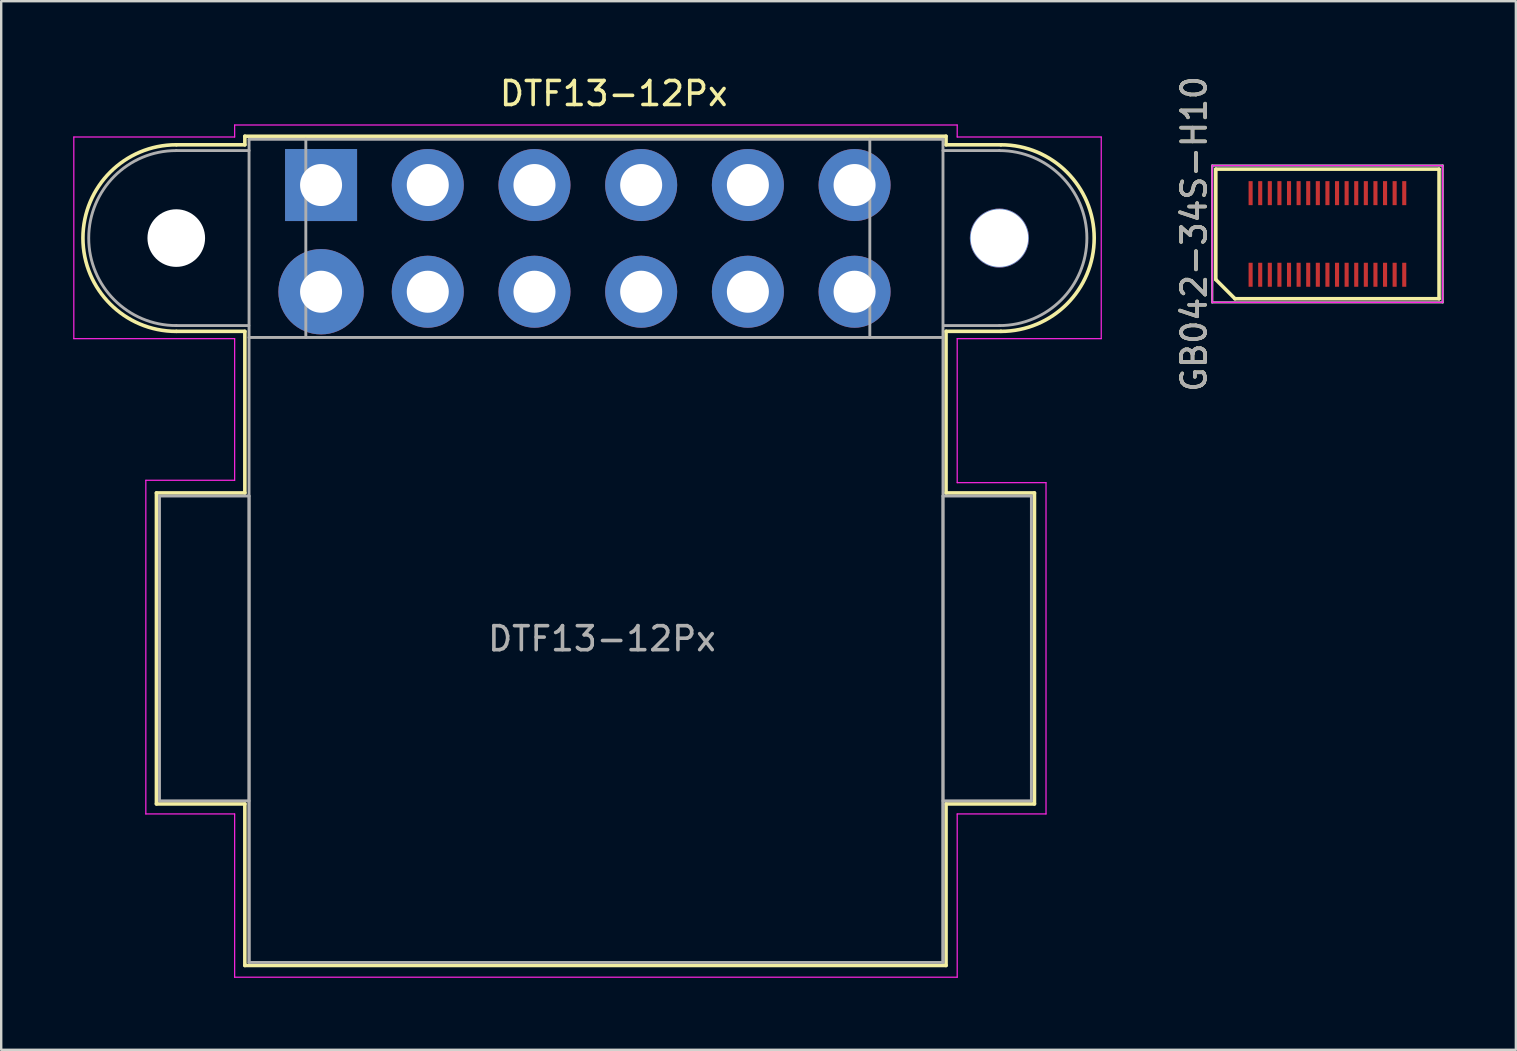
<source format=kicad_pcb>
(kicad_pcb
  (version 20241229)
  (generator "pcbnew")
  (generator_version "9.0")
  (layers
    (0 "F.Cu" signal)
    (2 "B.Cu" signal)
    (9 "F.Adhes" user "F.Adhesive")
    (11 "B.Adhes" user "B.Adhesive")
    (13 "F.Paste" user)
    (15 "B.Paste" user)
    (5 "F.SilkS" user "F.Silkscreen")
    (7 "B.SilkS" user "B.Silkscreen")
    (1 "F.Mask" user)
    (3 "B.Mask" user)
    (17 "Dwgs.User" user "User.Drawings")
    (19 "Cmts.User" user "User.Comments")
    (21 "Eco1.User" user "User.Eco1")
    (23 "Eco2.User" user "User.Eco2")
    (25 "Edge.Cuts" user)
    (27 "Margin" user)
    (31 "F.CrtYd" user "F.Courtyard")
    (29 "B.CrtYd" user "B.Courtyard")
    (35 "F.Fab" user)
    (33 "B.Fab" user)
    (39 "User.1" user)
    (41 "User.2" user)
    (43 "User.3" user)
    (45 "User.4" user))
  (footprint "DTF13-12Px"
    (layer "F.Cu")
    (at 10.325 4.658)
    (property "Reference" "DTF13-12Px" (at 12.192 -3.81 0) (layer "F.SilkS") (effects (font (size 1 1) (thickness 0.15))))
    (attr through_hole)
    (fp_line (start -6.858 12.827) (end -3.175 12.827) (stroke (width 0.15) (type solid)) (layer "F.SilkS"))
    (fp_line (start -6.858 25.781) (end -6.858 12.827) (stroke (width 0.15) (type solid)) (layer "F.SilkS"))
    (fp_line (start -6.02 -1.676) (end -3.175 -1.676) (stroke (width 0.15) (type solid)) (layer "F.SilkS"))
    (fp_line (start -6.02 6.096) (end -3.175 6.096) (stroke (width 0.15) (type solid)) (layer "F.SilkS"))
    (fp_line (start -3.175 -2.032) (end 26.035 -2.032) (stroke (width 0.15) (type solid)) (layer "F.SilkS"))
    (fp_line (start -3.175 -1.676) (end -3.175 -2.032) (stroke (width 0.15) (type solid)) (layer "F.SilkS"))
    (fp_line (start -3.175 12.827) (end -3.175 6.096) (stroke (width 0.15) (type solid)) (layer "F.SilkS"))
    (fp_line (start -3.175 25.781) (end -6.858 25.781) (stroke (width 0.15) (type solid)) (layer "F.SilkS"))
    (fp_line (start -3.175 32.512) (end -3.175 25.781) (stroke (width 0.15) (type solid)) (layer "F.SilkS"))
    (fp_line (start 26.035 -2.032) (end 26.035 -1.676) (stroke (width 0.15) (type solid)) (layer "F.SilkS"))
    (fp_line (start 26.035 6.096) (end 26.035 12.827) (stroke (width 0.15) (type solid)) (layer "F.SilkS"))
    (fp_line (start 26.035 12.827) (end 29.718 12.827) (stroke (width 0.15) (type solid)) (layer "F.SilkS"))
    (fp_line (start 26.035 25.781) (end 26.035 32.512) (stroke (width 0.15) (type solid)) (layer "F.SilkS"))
    (fp_line (start 26.035 32.512) (end -3.175 32.512) (stroke (width 0.15) (type solid)) (layer "F.SilkS"))
    (fp_line (start 28.321 -1.676) (end 26.035 -1.676) (stroke (width 0.15) (type solid)) (layer "F.SilkS"))
    (fp_line (start 28.321 6.096) (end 26.035 6.096) (stroke (width 0.15) (type solid)) (layer "F.SilkS"))
    (fp_line (start 29.718 12.827) (end 29.718 25.781) (stroke (width 0.15) (type solid)) (layer "F.SilkS"))
    (fp_line (start 29.718 25.781) (end 26.035 25.781) (stroke (width 0.15) (type solid)) (layer "F.SilkS"))
    (fp_arc (start -6.033897 6.096) (mid -9.920097 2.2098) (end -6.033897 -1.6764) (stroke (width 0.15) (type solid)) (layer "F.SilkS"))
    (fp_arc (start 28.321 -1.6764) (mid 32.2072 2.2098) (end 28.321 6.096) (stroke (width 0.15) (type solid)) (layer "F.SilkS"))
    (fp_line (start -10.3 -2) (end -3.6 -2) (stroke (width 0.05) (type solid)) (layer "F.CrtYd"))
    (fp_line (start -10.3 6.4) (end -10.3 -2) (stroke (width 0.05) (type solid)) (layer "F.CrtYd"))
    (fp_line (start -7.3 12.3) (end -3.6 12.3) (stroke (width 0.05) (type solid)) (layer "F.CrtYd"))
    (fp_line (start -7.3 26.2) (end -7.3 12.3) (stroke (width 0.05) (type solid)) (layer "F.CrtYd"))
    (fp_line (start -3.6 -2.5) (end 26.5 -2.5) (stroke (width 0.05) (type solid)) (layer "F.CrtYd"))
    (fp_line (start -3.6 -2) (end -3.6 -2.5) (stroke (width 0.05) (type solid)) (layer "F.CrtYd"))
    (fp_line (start -3.6 6.4) (end -10.3 6.4) (stroke (width 0.05) (type solid)) (layer "F.CrtYd"))
    (fp_line (start -3.6 12.3) (end -3.6 6.4) (stroke (width 0.05) (type solid)) (layer "F.CrtYd"))
    (fp_line (start -3.6 26.2) (end -7.3 26.2) (stroke (width 0.05) (type solid)) (layer "F.CrtYd"))
    (fp_line (start -3.6 33) (end -3.6 26.2) (stroke (width 0.05) (type solid)) (layer "F.CrtYd"))
    (fp_line (start 26.5 -2.5) (end 26.5 -2) (stroke (width 0.05) (type solid)) (layer "F.CrtYd"))
    (fp_line (start 26.5 -2) (end 32.5 -2) (stroke (width 0.05) (type solid)) (layer "F.CrtYd"))
    (fp_line (start 26.5 6.4) (end 26.5 12.4) (stroke (width 0.05) (type solid)) (layer "F.CrtYd"))
    (fp_line (start 26.5 12.4) (end 30.2 12.4) (stroke (width 0.05) (type solid)) (layer "F.CrtYd"))
    (fp_line (start 26.5 26.2) (end 26.5 33) (stroke (width 0.05) (type solid)) (layer "F.CrtYd"))
    (fp_line (start 26.5 33) (end -3.6 33) (stroke (width 0.05) (type solid)) (layer "F.CrtYd"))
    (fp_line (start 30.2 12.4) (end 30.2 26.2) (stroke (width 0.05) (type solid)) (layer "F.CrtYd"))
    (fp_line (start 30.2 26.2) (end 26.5 26.2) (stroke (width 0.05) (type solid)) (layer "F.CrtYd"))
    (fp_line (start 32.5 -2) (end 32.5 6.4) (stroke (width 0.05) (type solid)) (layer "F.CrtYd"))
    (fp_line (start 32.5 6.4) (end 26.5 6.4) (stroke (width 0.05) (type solid)) (layer "F.CrtYd"))
    (fp_line (start -6.731 12.954) (end -6.731 25.654) (stroke (width 0.12) (type solid)) (layer "F.Fab"))
    (fp_line (start -6.731 25.654) (end -3 25.654) (stroke (width 0.12) (type solid)) (layer "F.Fab"))
    (fp_line (start -6.032 -1.435) (end -3 -1.435) (stroke (width 0.12) (type solid)) (layer "F.Fab"))
    (fp_line (start -6.032 5.855) (end -3.01 5.855) (stroke (width 0.12) (type solid)) (layer "F.Fab"))
    (fp_line (start -3 -1.905) (end -3 32.385) (stroke (width 0.12) (type solid)) (layer "F.Fab"))
    (fp_line (start -3 12.954) (end -6.731 12.954) (stroke (width 0.12) (type solid)) (layer "F.Fab"))
    (fp_line (start -3 32.385) (end -3 12.954) (stroke (width 0.12) (type solid)) (layer "F.Fab"))
    (fp_line (start -0.635 -1.905) (end -3 -1.905) (stroke (width 0.12) (type solid)) (layer "F.Fab"))
    (fp_line (start -0.635 -1.905) (end -0.635 6.35) (stroke (width 0.12) (type solid)) (layer "F.Fab"))
    (fp_line (start -0.635 -1.905) (end 22.86 -1.905) (stroke (width 0.12) (type solid)) (layer "F.Fab"))
    (fp_line (start -0.635 6.35) (end -3 6.35) (stroke (width 0.12) (type solid)) (layer "F.Fab"))
    (fp_line (start -0.635 6.35) (end 22.86 6.35) (stroke (width 0.12) (type solid)) (layer "F.Fab"))
    (fp_line (start 22.86 -1.905) (end 22.86 6.35) (stroke (width 0.12) (type solid)) (layer "F.Fab"))
    (fp_line (start 22.86 -1.905) (end 25.908 -1.905) (stroke (width 0.12) (type solid)) (layer "F.Fab"))
    (fp_line (start 22.86 6.35) (end 25.908 6.35) (stroke (width 0.12) (type solid)) (layer "F.Fab"))
    (fp_line (start 25.908 -1.905) (end 25.908 32.385) (stroke (width 0.12) (type solid)) (layer "F.Fab"))
    (fp_line (start 25.908 12.954) (end 29.591 12.954) (stroke (width 0.12) (type solid)) (layer "F.Fab"))
    (fp_line (start 25.908 32.385) (end -3 32.385) (stroke (width 0.12) (type solid)) (layer "F.Fab"))
    (fp_line (start 25.908 32.385) (end 25.908 12.954) (stroke (width 0.12) (type solid)) (layer "F.Fab"))
    (fp_line (start 28.258 -1.435) (end 25.908 -1.435) (stroke (width 0.12) (type solid)) (layer "F.Fab"))
    (fp_line (start 28.258 5.855) (end 25.933 5.855) (stroke (width 0.12) (type solid)) (layer "F.Fab"))
    (fp_line (start 29.591 12.954) (end 29.591 25.654) (stroke (width 0.12) (type solid)) (layer "F.Fab"))
    (fp_line (start 29.591 25.654) (end 25.908 25.654) (stroke (width 0.12) (type solid)) (layer "F.Fab"))
    (fp_arc (start -6.0325 5.8547) (mid -9.678797 2.211197) (end -6.035294 -1.4351) (stroke (width 0.12) (type solid)) (layer "F.Fab"))
    (fp_arc (start 28.2575 -1.4351) (mid 31.9024 2.2098) (end 28.2575 5.8547) (stroke (width 0.12) (type solid)) (layer "F.Fab"))
    (fp_text user "${REFERENCE}" (at 11.7 18.9 0) (layer "F.Fab") (effects (font (size 1 1) (thickness 0.15))))
    (pad "" np_thru_hole circle (at -6.032 2.21) (size 2.4 2.4) (drill 2.4) (layers "*.Cu" "*.Mask"))
    (pad "" np_thru_hole circle (at 28.258 2.21) (size 2.461 2.461) (drill 2.4) (layers "*.Cu" "*.Mask"))
    (pad "1" thru_hole rect (at 0 0) (size 3 3) (drill 1.75) (layers "*.Cu" "*.Mask"))
    (pad "2" thru_hole circle (at 4.445 0) (size 3 3) (drill 1.75) (layers "*.Cu" "*.Mask"))
    (pad "3" thru_hole circle (at 8.89 0) (size 3 3) (drill 1.75) (layers "*.Cu" "*.Mask"))
    (pad "4" thru_hole circle (at 13.335 0) (size 3 3) (drill 1.75) (layers "*.Cu" "*.Mask"))
    (pad "5" thru_hole circle (at 17.78 0) (size 3 3) (drill 1.75) (layers "*.Cu" "*.Mask"))
    (pad "6" thru_hole circle (at 22.225 0) (size 3 3) (drill 1.75) (layers "*.Cu" "*.Mask"))
    (pad "7" thru_hole circle (at 22.225 4.445) (size 3 3) (drill 1.75) (layers "*.Cu" "*.Mask"))
    (pad "8" thru_hole circle (at 13.335 4.445) (size 3 3) (drill 1.75) (layers "*.Cu" "*.Mask"))
    (pad "8" thru_hole circle (at 17.78 4.445) (size 3 3) (drill 1.75) (layers "*.Cu" "*.Mask"))
    (pad "10" thru_hole circle (at 8.89 4.445) (size 3 3) (drill 1.75) (layers "*.Cu" "*.Mask"))
    (pad "11" thru_hole circle (at 4.445 4.445) (size 3 3) (drill 1.75) (layers "*.Cu" "*.Mask"))
    (pad "12" thru_hole circle (at 0 4.445) (size 3.556 3.556) (drill 1.75) (layers "*.Cu" "*.Mask")))
  (footprint "GB042-34S-H10"
    (layer "F.Cu")
    (at 52.248 6.696)
    (property "Reference" "GB042-34S-H10" (at -5.55 0 90) (layer "F.SilkS") (effects (font (size 1 1) (thickness 0.15))))
    (attr smd)
    (fp_line (start -4.65 -2.7) (end 4.65 -2.7) (stroke (width 0.15) (type solid)) (layer "F.SilkS"))
    (fp_line (start -4.65 1.9) (end -4.65 -2.7) (stroke (width 0.15) (type solid)) (layer "F.SilkS"))
    (fp_line (start -3.85 2.7) (end -4.65 1.9) (stroke (width 0.15) (type solid)) (layer "F.SilkS"))
    (fp_line (start 4.65 -2.7) (end 4.65 2.7) (stroke (width 0.15) (type solid)) (layer "F.SilkS"))
    (fp_line (start 4.65 2.7) (end -3.85 2.7) (stroke (width 0.15) (type solid)) (layer "F.SilkS"))
    (fp_line (start -4.8 -2.85) (end 4.8 -2.85) (stroke (width 0.05) (type solid)) (layer "F.CrtYd"))
    (fp_line (start -4.8 2.85) (end -4.8 -2.85) (stroke (width 0.05) (type solid)) (layer "F.CrtYd"))
    (fp_line (start 4.8 -2.85) (end 4.8 2.85) (stroke (width 0.05) (type solid)) (layer "F.CrtYd"))
    (fp_line (start 4.8 2.85) (end -4.8 2.85) (stroke (width 0.05) (type solid)) (layer "F.CrtYd"))
    (fp_line (start -4.8 -2.85) (end 4.8 -2.85) (stroke (width 0.1) (type solid)) (layer "F.Fab"))
    (fp_line (start -4.8 2.85) (end -4.8 -2.85) (stroke (width 0.1) (type solid)) (layer "F.Fab"))
    (fp_line (start 4.8 -2.85) (end 4.8 2.85) (stroke (width 0.1) (type solid)) (layer "F.Fab"))
    (fp_line (start 4.8 2.85) (end -4.8 2.85) (stroke (width 0.1) (type solid)) (layer "F.Fab"))
    (fp_text user "${REFERENCE}" (at -5.55 0 90) (layer "F.Fab") (effects (font (size 1 1) (thickness 0.15))))
    (pad "1" smd rect (at -3.2 1.7) (size 0.17 1) (layers "F.Cu" "F.Mask" "F.Paste"))
    (pad "2" smd rect (at -2.8 1.7) (size 0.17 1) (layers "F.Cu" "F.Mask" "F.Paste"))
    (pad "3" smd rect (at -2.4 1.7) (size 0.17 1) (layers "F.Cu" "F.Mask" "F.Paste"))
    (pad "4" smd rect (at -2 1.7) (size 0.17 1) (layers "F.Cu" "F.Mask" "F.Paste"))
    (pad "5" smd rect (at -1.6 1.7) (size 0.17 1) (layers "F.Cu" "F.Mask" "F.Paste"))
    (pad "6" smd rect (at -1.2 1.7) (size 0.17 1) (layers "F.Cu" "F.Mask" "F.Paste"))
    (pad "7" smd rect (at -0.8 1.7) (size 0.17 1) (layers "F.Cu" "F.Mask" "F.Paste"))
    (pad "8" smd rect (at -0.4 1.7) (size 0.17 1) (layers "F.Cu" "F.Mask" "F.Paste"))
    (pad "9" smd rect (at 0 1.7) (size 0.17 1) (layers "F.Cu" "F.Mask" "F.Paste"))
    (pad "10" smd rect (at 0.4 1.7) (size 0.17 1) (layers "F.Cu" "F.Mask" "F.Paste"))
    (pad "11" smd rect (at 0.8 1.7) (size 0.17 1) (layers "F.Cu" "F.Mask" "F.Paste"))
    (pad "12" smd rect (at 1.2 1.7) (size 0.17 1) (layers "F.Cu" "F.Mask" "F.Paste"))
    (pad "13" smd rect (at 1.6 1.7) (size 0.17 1) (layers "F.Cu" "F.Mask" "F.Paste"))
    (pad "14" smd rect (at 2 1.7) (size 0.17 1) (layers "F.Cu" "F.Mask" "F.Paste"))
    (pad "15" smd rect (at 2.4 1.7) (size 0.17 1) (layers "F.Cu" "F.Mask" "F.Paste"))
    (pad "16" smd rect (at 2.8 1.7) (size 0.17 1) (layers "F.Cu" "F.Mask" "F.Paste"))
    (pad "17" smd rect (at 3.2 1.7) (size 0.17 1) (layers "F.Cu" "F.Mask" "F.Paste"))
    (pad "18" smd rect (at 3.2 -1.7) (size 0.17 1) (layers "F.Cu" "F.Mask" "F.Paste"))
    (pad "19" smd rect (at 2.8 -1.7) (size 0.17 1) (layers "F.Cu" "F.Mask" "F.Paste"))
    (pad "20" smd rect (at 2.4 -1.7) (size 0.17 1) (layers "F.Cu" "F.Mask" "F.Paste"))
    (pad "21" smd rect (at 2 -1.7) (size 0.17 1) (layers "F.Cu" "F.Mask" "F.Paste"))
    (pad "22" smd rect (at 1.6 -1.7) (size 0.17 1) (layers "F.Cu" "F.Mask" "F.Paste"))
    (pad "23" smd rect (at 1.2 -1.7) (size 0.17 1) (layers "F.Cu" "F.Mask" "F.Paste"))
    (pad "24" smd rect (at 0.8 -1.7) (size 0.17 1) (layers "F.Cu" "F.Mask" "F.Paste"))
    (pad "25" smd rect (at 0.4 -1.7) (size 0.17 1) (layers "F.Cu" "F.Mask" "F.Paste"))
    (pad "26" smd rect (at 0 -1.7) (size 0.17 1) (layers "F.Cu" "F.Mask" "F.Paste"))
    (pad "27" smd rect (at -0.4 -1.7) (size 0.17 1) (layers "F.Cu" "F.Mask" "F.Paste"))
    (pad "28" smd rect (at -0.8 -1.7) (size 0.17 1) (layers "F.Cu" "F.Mask" "F.Paste"))
    (pad "29" smd rect (at -1.2 -1.7) (size 0.17 1) (layers "F.Cu" "F.Mask" "F.Paste"))
    (pad "30" smd rect (at -1.6 -1.7) (size 0.17 1) (layers "F.Cu" "F.Mask" "F.Paste"))
    (pad "31" smd rect (at -2 -1.7) (size 0.17 1) (layers "F.Cu" "F.Mask" "F.Paste"))
    (pad "32" smd rect (at -2.4 -1.7) (size 0.17 1) (layers "F.Cu" "F.Mask" "F.Paste"))
    (pad "33" smd rect (at -2.8 -1.7) (size 0.17 1) (layers "F.Cu" "F.Mask" "F.Paste"))
    (pad "34" smd rect (at -3.2 -1.7) (size 0.17 1) (layers "F.Cu" "F.Mask" "F.Paste")))
  (gr_rect
    (start -3 -3)
    (end 60.098 40.683)
    (stroke (width 0.1) (type default))
    (fill no)
    (layer "Edge.Cuts")))
</source>
